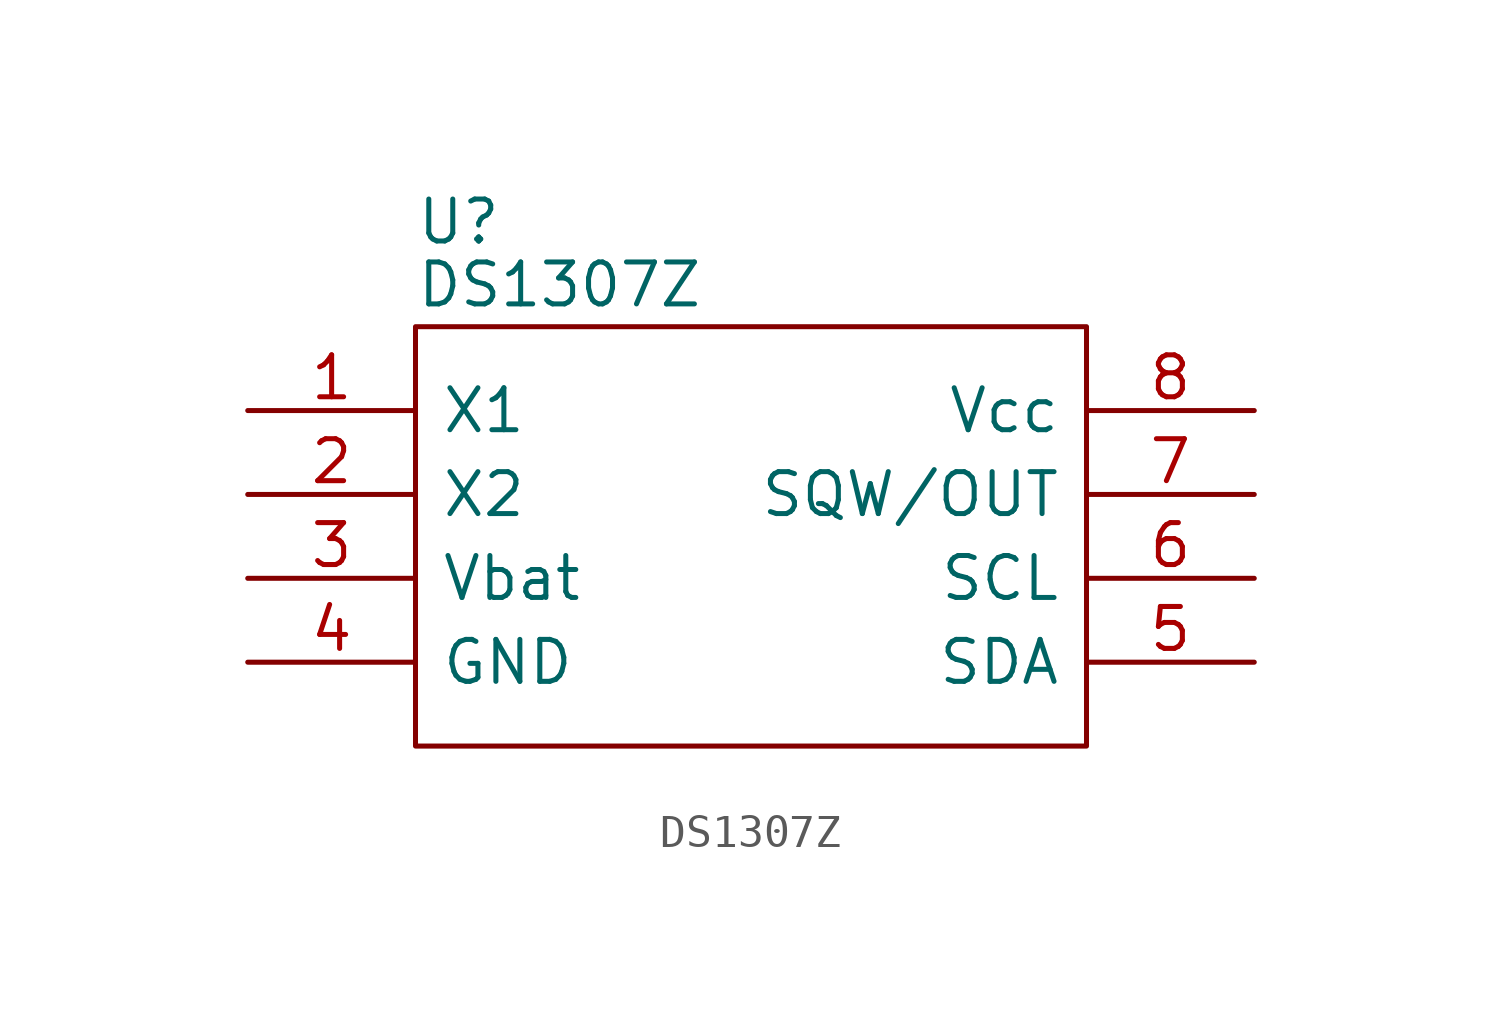
<source format=kicad_sym>
(kicad_symbol_lib
  (version 20211014)
  (generator kicad_symbol_editor)
  (symbol "DS1307Z"
    (pin_names
      (offset 0.762))
    (property "Reference" "U"
      (at -10.16 9.525 0)
      (effects (font (size 1.27 1.27)) (justify left)))
    (property "Value" "DS1307Z"
      (at -10.16 7.62 0)
      (effects (font (size 1.27 1.27)) (justify left)))
    (symbol "DS1307Z_0_0"
      (pin passive line (at -15.24 3.81 0) (length 5.08) (name "X1" (effects (font (size 1.27 1.27)))) (number "1" (effects (font (size 1.27 1.27)))))
      (pin passive line (at -15.24 1.27 0) (length 5.08) (name "X2" (effects (font (size 1.27 1.27)))) (number "2" (effects (font (size 1.27 1.27)))))
      (pin passive line (at -15.24 -1.27 0) (length 5.08) (name "Vbat" (effects (font (size 1.27 1.27)))) (number "3" (effects (font (size 1.27 1.27)))))
      (pin passive line (at -15.24 -3.81 0) (length 5.08) (name "GND" (effects (font (size 1.27 1.27)))) (number "4" (effects (font (size 1.27 1.27)))))
      (pin passive line (at 15.24 -3.81 180) (length 5.08) (name "SDA" (effects (font (size 1.27 1.27)))) (number "5" (effects (font (size 1.27 1.27)))))
      (pin passive line (at 15.24 -1.27 180) (length 5.08) (name "SCL" (effects (font (size 1.27 1.27)))) (number "6" (effects (font (size 1.27 1.27)))))
      (pin passive line (at 15.24 1.27 180) (length 5.08) (name "SQW/OUT" (effects (font (size 1.27 1.27)))) (number "7" (effects (font (size 1.27 1.27)))))
      (pin passive line (at 15.24 3.81 180) (length 5.08) (name "Vcc" (effects (font (size 1.27 1.27)))) (number "8" (effects (font (size 1.27 1.27))))))
    (symbol "DS1307Z_0_1"
      (polyline (pts (xy -10.16 6.35) (xy 10.16 6.35) (xy 10.16 -6.35) (xy -10.16 -6.35) (xy -10.16 6.35)) (stroke (width 0.152) (type default) (color 0 0 0 0)) (fill (type none))))))
</source>
